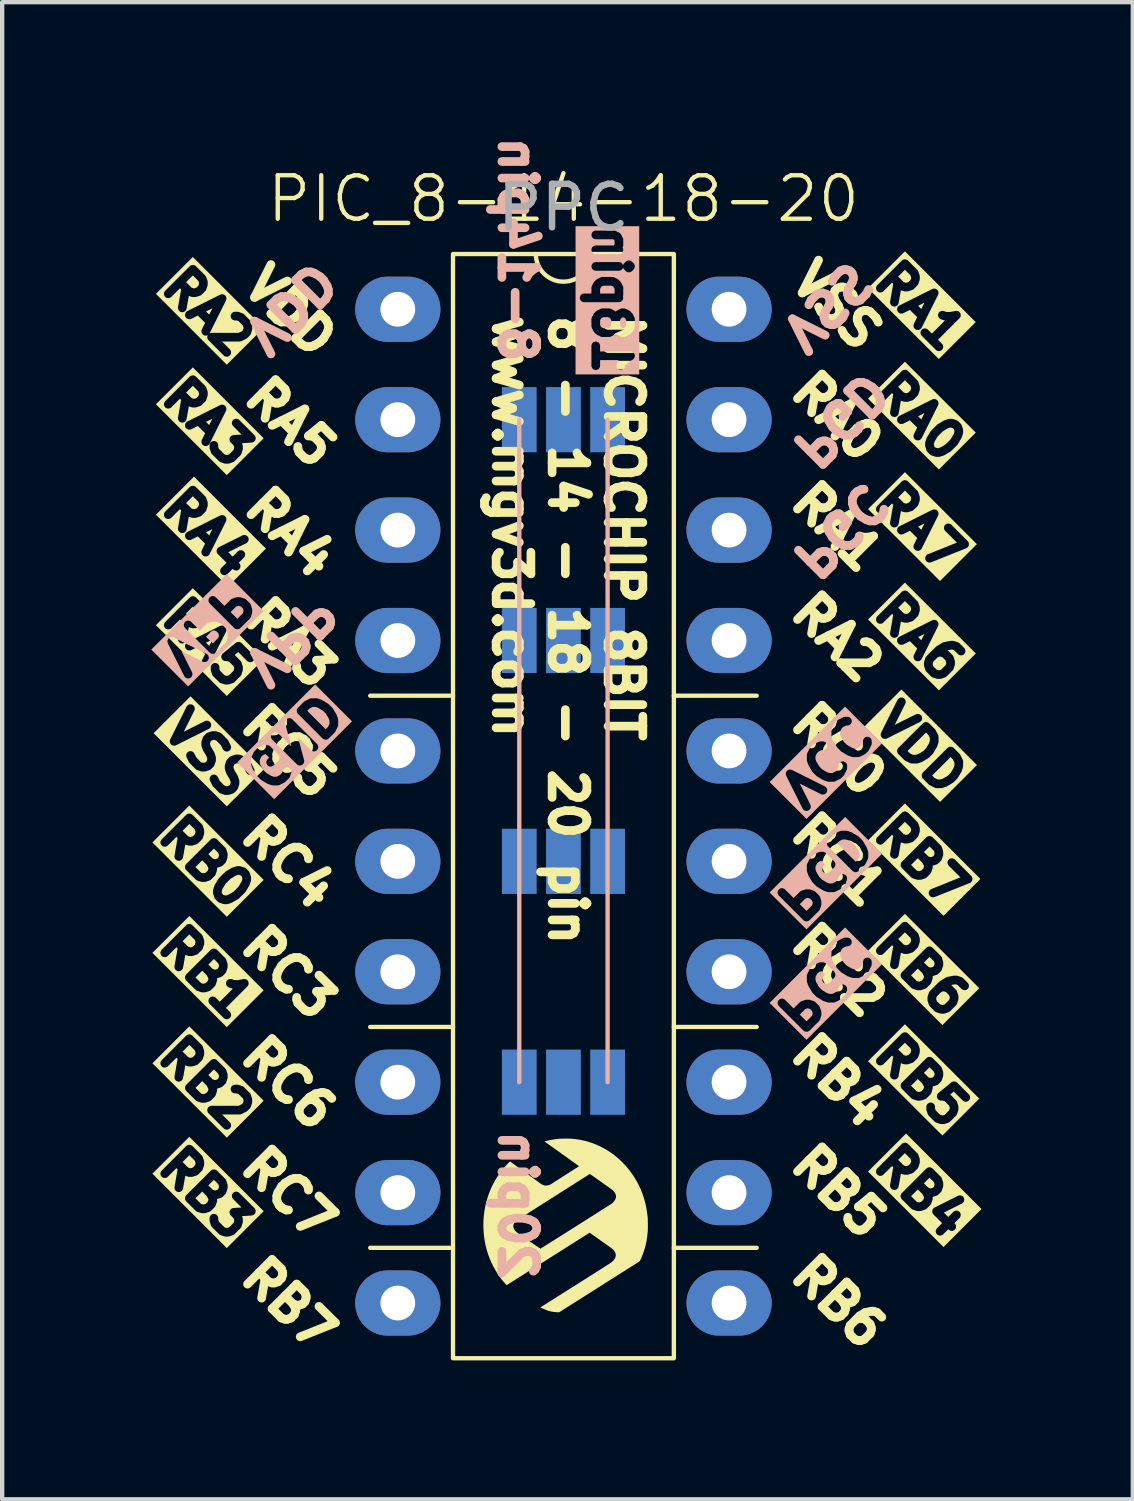
<source format=kicad_pcb>
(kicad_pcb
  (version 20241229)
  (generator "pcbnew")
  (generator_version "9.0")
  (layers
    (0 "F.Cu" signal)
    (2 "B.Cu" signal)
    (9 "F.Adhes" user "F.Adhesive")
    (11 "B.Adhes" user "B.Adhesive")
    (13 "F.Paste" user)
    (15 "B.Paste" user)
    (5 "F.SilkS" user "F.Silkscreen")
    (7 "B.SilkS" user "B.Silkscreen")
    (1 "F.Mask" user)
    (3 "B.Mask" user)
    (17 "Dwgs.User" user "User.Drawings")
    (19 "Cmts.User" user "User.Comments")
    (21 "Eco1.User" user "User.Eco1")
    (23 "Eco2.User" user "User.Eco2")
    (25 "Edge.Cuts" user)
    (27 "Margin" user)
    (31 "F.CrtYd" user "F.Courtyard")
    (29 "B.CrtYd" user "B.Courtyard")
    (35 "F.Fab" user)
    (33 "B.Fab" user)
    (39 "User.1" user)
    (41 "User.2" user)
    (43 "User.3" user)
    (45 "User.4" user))
  (footprint "PIC_8-14-18-20"
    (layer "F.Cu")
    (at 9.911 14.224)
    (property "Reference" "PIC_8-14-18-20" (at 0 -12.7 0) (unlocked yes) (layer "F.SilkS") (effects (font (size 1 1) (thickness 0.1))))
    (attr smd)
    (fp_line (start -2.54 -1.27) (end -4.445 -1.27) (stroke (width 0.1) (type default)) (layer "F.SilkS"))
    (fp_line (start -2.54 6.35) (end -4.445 6.35) (stroke (width 0.1) (type default)) (layer "F.SilkS"))
    (fp_line (start -2.54 11.43) (end -4.445 11.43) (stroke (width 0.1) (type default)) (layer "F.SilkS"))
    (fp_line (start 2.54 -1.27) (end 4.445 -1.27) (stroke (width 0.1) (type default)) (layer "F.SilkS"))
    (fp_line (start 2.54 6.35) (end 4.445 6.35) (stroke (width 0.1) (type default)) (layer "F.SilkS"))
    (fp_line (start 2.54 11.43) (end 4.445 11.43) (stroke (width 0.1) (type default)) (layer "F.SilkS"))
    (fp_rect (start -2.54 -11.43) (end 2.54 13.97) (stroke (width 0.1) (type default)) (fill no) (layer "F.SilkS"))
    (fp_arc (start 0.635 -11.43) (mid 0 -10.795) (end -0.635 -11.43) (stroke (width 0.1) (type default)) (layer "F.SilkS"))
    (fp_poly (pts (xy 1.942 10.957) (xy 1.941 10.98) (xy 1.941 11.001) (xy 1.941 11.02) (xy 1.94 11.037) (xy 1.939 11.053) (xy 1.938 11.069) (xy 1.936 11.087) (xy 1.934 11.105) (xy 1.932 11.126) (xy 1.931 11.133) (xy 1.927 11.167) (xy 1.922 11.203) (xy 1.916 11.241) (xy 1.91 11.278) (xy 1.902 11.315) (xy 1.895 11.35) (xy 1.888 11.38) (xy 1.887 11.383) (xy 1.883 11.397) (xy 1.878 11.415) (xy 1.872 11.436) (xy 1.866 11.458) (xy 1.859 11.479) (xy 1.853 11.499) (xy 1.847 11.517) (xy 1.844 11.525) (xy 1.839 11.541) (xy 1.832 11.559) (xy 1.825 11.579) (xy 1.816 11.599) (xy 1.808 11.62) (xy 1.799 11.641) (xy 1.791 11.662) (xy 1.783 11.681) (xy 1.775 11.698) (xy 1.768 11.713) (xy 1.763 11.725) (xy 1.758 11.733) (xy 1.755 11.738) (xy 1.755 11.738) (xy 1.752 11.74) (xy 1.746 11.744) (xy 1.736 11.751) (xy 1.724 11.759) (xy 1.709 11.768) (xy 1.693 11.778) (xy 1.689 11.781) (xy 1.678 11.788) (xy 1.666 11.795) (xy 1.653 11.803) (xy 1.64 11.812) (xy 1.625 11.821) (xy 1.61 11.831) (xy 1.592 11.842) (xy 1.573 11.854) (xy 1.552 11.868) (xy 1.528 11.882) (xy 1.502 11.899) (xy 1.473 11.917) (xy 1.442 11.937) (xy 1.407 11.959) (xy 1.368 11.984) (xy 1.326 12.01) (xy 1.28 12.04) (xy 1.251 12.058) (xy 1.223 12.076) (xy 1.194 12.094) (xy 1.166 12.111) (xy 1.14 12.128) (xy 1.114 12.145) (xy 1.091 12.159) (xy 1.07 12.173) (xy 1.051 12.184) (xy 1.037 12.194) (xy 1.025 12.201) (xy 1.023 12.202) (xy 1.009 12.211) (xy 0.992 12.222) (xy 0.972 12.235) (xy 0.95 12.248) (xy 0.928 12.263) (xy 0.905 12.277) (xy 0.883 12.291) (xy 0.883 12.291) (xy 0.839 12.319) (xy 0.799 12.344) (xy 0.763 12.367) (xy 0.73 12.388) (xy 0.7 12.407) (xy 0.673 12.424) (xy 0.648 12.44) (xy 0.625 12.455) (xy 0.603 12.468) (xy 0.583 12.481) (xy 0.564 12.493) (xy 0.546 12.505) (xy 0.528 12.516) (xy 0.509 12.528) (xy 0.491 12.539) (xy 0.476 12.549) (xy 0.453 12.563) (xy 0.43 12.578) (xy 0.408 12.592) (xy 0.386 12.606) (xy 0.367 12.618) (xy 0.349 12.629) (xy 0.335 12.638) (xy 0.325 12.645) (xy 0.309 12.655) (xy 0.291 12.666) (xy 0.273 12.677) (xy 0.258 12.687) (xy 0.249 12.693) (xy 0.233 12.703) (xy 0.215 12.714) (xy 0.195 12.727) (xy 0.172 12.741) (xy 0.149 12.756) (xy 0.125 12.771) (xy 0.1 12.787) (xy 0.075 12.802) (xy 0.051 12.818) (xy 0.028 12.833) (xy 0.005 12.847) (xy -0.016 12.86) (xy -0.034 12.872) (xy -0.05 12.882) (xy -0.064 12.891) (xy -0.074 12.897) (xy -0.08 12.901) (xy -0.081 12.902) (xy -0.099 12.914) (xy -0.138 12.912) (xy -0.19 12.908) (xy -0.238 12.903) (xy -0.282 12.895) (xy -0.322 12.886) (xy -0.331 12.883) (xy -0.346 12.879) (xy -0.36 12.874) (xy -0.376 12.868) (xy -0.394 12.861) (xy -0.414 12.853) (xy -0.437 12.843) (xy -0.464 12.832) (xy -0.464 12.831) (xy -0.481 12.824) (xy -0.496 12.817) (xy -0.509 12.812) (xy -0.52 12.807) (xy -0.527 12.804) (xy -0.531 12.803) (xy -0.53 12.802) (xy -0.526 12.798) (xy -0.518 12.792) (xy -0.507 12.785) (xy -0.5 12.781) (xy -0.492 12.776) (xy -0.483 12.77) (xy -0.471 12.762) (xy -0.457 12.754) (xy -0.441 12.744) (xy -0.422 12.732) (xy -0.401 12.719) (xy -0.378 12.704) (xy -0.351 12.687) (xy -0.322 12.669) (xy -0.29 12.648) (xy -0.254 12.626) (xy -0.216 12.602) (xy -0.174 12.575) (xy -0.128 12.546) (xy -0.079 12.515) (xy -0.026 12.482) (xy 0.03 12.446) (xy 0.091 12.408) (xy 0.155 12.367) (xy 0.198 12.34) (xy 0.273 12.293) (xy 0.344 12.248) (xy 0.411 12.206) (xy 0.474 12.166) (xy 0.533 12.129) (xy 0.588 12.094) (xy 0.64 12.061) (xy 0.688 12.031) (xy 0.733 12.002) (xy 0.775 11.976) (xy 0.813 11.951) (xy 0.849 11.929) (xy 0.882 11.908) (xy 0.912 11.889) (xy 0.939 11.872) (xy 0.964 11.856) (xy 0.986 11.841) (xy 1.006 11.829) (xy 1.024 11.817) (xy 1.04 11.807) (xy 1.054 11.798) (xy 1.066 11.79) (xy 1.076 11.783) (xy 1.085 11.777) (xy 1.092 11.772) (xy 1.098 11.768) (xy 1.103 11.765) (xy 1.106 11.762) (xy 1.107 11.762) (xy 1.122 11.749) (xy 1.136 11.736) (xy 1.15 11.721) (xy 1.162 11.708) (xy 1.168 11.7) (xy 1.179 11.684) (xy 1.188 11.665) (xy 1.196 11.646) (xy 1.201 11.629) (xy 1.201 11.628) (xy 1.204 11.603) (xy 1.202 11.578) (xy 1.196 11.552) (xy 1.184 11.526) (xy 1.168 11.501) (xy 1.147 11.476) (xy 1.123 11.454) (xy 1.117 11.448) (xy 1.106 11.44) (xy 1.093 11.43) (xy 1.078 11.419) (xy 1.061 11.407) (xy 1.044 11.394) (xy 1.036 11.389) (xy 0.998 11.362) (xy 0.96 11.335) (xy 0.919 11.306) (xy 0.877 11.277) (xy 0.833 11.245) (xy 0.786 11.212) (xy 0.736 11.176) (xy 0.682 11.138) (xy 0.603 11.082) (xy 0.423 11.196) (xy 0.392 11.215) (xy 0.36 11.235) (xy 0.328 11.256) (xy 0.295 11.276) (xy 0.264 11.297) (xy 0.233 11.316) (xy 0.204 11.334) (xy 0.178 11.351) (xy 0.155 11.365) (xy 0.136 11.377) (xy 0.113 11.392) (xy 0.086 11.409) (xy 0.056 11.428) (xy 0.025 11.447) (xy -0.006 11.467) (xy -0.037 11.487) (xy -0.067 11.506) (xy -0.095 11.523) (xy -0.096 11.524) (xy -0.124 11.542) (xy -0.155 11.561) (xy -0.188 11.582) (xy -0.222 11.604) (xy -0.255 11.625) (xy -0.288 11.645) (xy -0.318 11.664) (xy -0.343 11.68) (xy -0.367 11.696) (xy -0.395 11.713) (xy -0.426 11.733) (xy -0.458 11.753) (xy -0.492 11.774) (xy -0.525 11.795) (xy -0.558 11.816) (xy -0.589 11.836) (xy -0.612 11.85) (xy -0.64 11.868) (xy -0.669 11.886) (xy -0.698 11.905) (xy -0.727 11.923) (xy -0.755 11.941) (xy -0.782 11.958) (xy -0.806 11.973) (xy -0.827 11.986) (xy -0.845 11.998) (xy -0.846 11.998) (xy -0.869 12.013) (xy -0.894 12.029) (xy -0.922 12.046) (xy -0.95 12.064) (xy -0.978 12.082) (xy -1.004 12.098) (xy -1.022 12.109) (xy -1.046 12.125) (xy -1.073 12.142) (xy -1.102 12.16) (xy -1.132 12.179) (xy -1.161 12.197) (xy -1.187 12.214) (xy -1.205 12.225) (xy -1.225 12.238) (xy -1.243 12.249) (xy -1.26 12.26) (xy -1.274 12.269) (xy -1.286 12.277) (xy -1.295 12.282) (xy -1.3 12.286) (xy -1.301 12.287) (xy -1.305 12.29) (xy -1.307 12.29) (xy -1.309 12.288) (xy -1.314 12.283) (xy -1.321 12.275) (xy -1.33 12.265) (xy -1.341 12.253) (xy -1.352 12.24) (xy -1.364 12.227) (xy -1.375 12.214) (xy -1.386 12.201) (xy -1.395 12.189) (xy -1.402 12.182) (xy -1.463 12.101) (xy -1.52 12.018) (xy -1.572 11.933) (xy -1.62 11.845) (xy -1.663 11.756) (xy -1.702 11.664) (xy -1.736 11.57) (xy -1.765 11.475) (xy -1.79 11.378) (xy -1.81 11.279) (xy -1.825 11.179) (xy -1.826 11.174) (xy -1.834 11.092) (xy -1.84 11.008) (xy -1.842 10.924) (xy -1.841 10.841) (xy -1.84 10.802) (xy -1.832 10.701) (xy -1.82 10.601) (xy -1.803 10.502) (xy -1.782 10.404) (xy -1.755 10.307) (xy -1.725 10.212) (xy -1.69 10.12) (xy -1.667 10.065) (xy -1.625 9.976) (xy -1.579 9.891) (xy -1.529 9.808) (xy -1.474 9.727) (xy -1.446 9.688) (xy -1.411 9.642) (xy -1.373 9.596) (xy -1.335 9.552) (xy -1.296 9.51) (xy -1.258 9.471) (xy -1.245 9.459) (xy -1.228 9.443) (xy -1.209 9.458) (xy -1.2 9.464) (xy -1.188 9.473) (xy -1.174 9.483) (xy -1.16 9.493) (xy -1.152 9.499) (xy -1.139 9.509) (xy -1.123 9.52) (xy -1.105 9.533) (xy -1.087 9.546) (xy -1.069 9.559) (xy -1.065 9.562) (xy -1.023 9.593) (xy -0.984 9.62) (xy -0.95 9.645) (xy -0.919 9.668) (xy -0.891 9.688) (xy -0.866 9.706) (xy -0.844 9.722) (xy -0.824 9.736) (xy -0.807 9.749) (xy -0.792 9.759) (xy -0.779 9.769) (xy -0.768 9.777) (xy -0.759 9.784) (xy -0.75 9.79) (xy -0.743 9.795) (xy -0.737 9.799) (xy -0.724 9.809) (xy -0.708 9.821) (xy -0.69 9.834) (xy -0.672 9.847) (xy -0.655 9.859) (xy -0.651 9.861) (xy -0.621 9.883) (xy -0.595 9.902) (xy -0.572 9.919) (xy -0.552 9.933) (xy -0.536 9.945) (xy -0.523 9.954) (xy -0.512 9.962) (xy -0.503 9.968) (xy -0.497 9.972) (xy -0.493 9.974) (xy -0.492 9.975) (xy -0.479 9.981) (xy -0.462 9.987) (xy -0.445 9.993) (xy -0.427 9.996) (xy -0.424 9.997) (xy -0.399 9.998) (xy -0.373 9.996) (xy -0.345 9.99) (xy -0.317 9.981) (xy -0.289 9.968) (xy -0.263 9.953) (xy -0.252 9.945) (xy -0.249 9.943) (xy -0.245 9.94) (xy -0.239 9.936) (xy -0.232 9.931) (xy -0.223 9.925) (xy -0.212 9.918) (xy -0.199 9.91) (xy -0.184 9.9) (xy -0.166 9.889) (xy -0.146 9.876) (xy -0.124 9.861) (xy -0.098 9.845) (xy -0.069 9.827) (xy -0.038 9.806) (xy -0.003 9.784) (xy 0.036 9.76) (xy 0.077 9.733) (xy 0.123 9.704) (xy 0.173 9.672) (xy 0.226 9.638) (xy 0.258 9.618) (xy 0.278 9.605) (xy 0.297 9.593) (xy 0.315 9.582) (xy 0.329 9.572) (xy 0.342 9.564) (xy 0.351 9.557) (xy 0.357 9.553) (xy 0.359 9.552) (xy 0.359 9.552) (xy 0.356 9.55) (xy 0.351 9.545) (xy 0.342 9.539) (xy 0.331 9.531) (xy 0.318 9.522) (xy 0.314 9.519) (xy 0.298 9.507) (xy 0.279 9.494) (xy 0.259 9.48) (xy 0.24 9.466) (xy 0.223 9.453) (xy 0.222 9.453) (xy 0.214 9.447) (xy 0.202 9.438) (xy 0.187 9.428) (xy 0.168 9.415) (xy 0.148 9.4) (xy 0.125 9.383) (xy 0.1 9.366) (xy 0.073 9.346) (xy 0.044 9.326) (xy 0.015 9.305) (xy -0.016 9.283) (xy -0.047 9.261) (xy -0.079 9.238) (xy -0.111 9.215) (xy -0.143 9.192) (xy -0.175 9.17) (xy -0.206 9.148) (xy -0.236 9.126) (xy -0.265 9.105) (xy -0.293 9.086) (xy -0.318 9.067) (xy -0.342 9.05) (xy -0.364 9.035) (xy -0.383 9.022) (xy -0.399 9.01) (xy -0.412 9.001) (xy -0.422 8.994) (xy -0.428 8.989) (xy -0.431 8.987) (xy -0.433 8.986) (xy -0.433 8.984) (xy -0.431 8.983) (xy -0.426 8.981) (xy -0.417 8.978) (xy -0.407 8.976) (xy -0.347 8.961) (xy -0.288 8.949) (xy -0.228 8.938) (xy -0.166 8.929) (xy -0.11 8.923) (xy -0.092 8.922) (xy -0.07 8.92) (xy -0.045 8.919) (xy -0.017 8.919) (xy 0.012 8.918) (xy 0.043 8.918) (xy 0.073 8.918) (xy 0.103 8.918) (xy 0.131 8.918) (xy 0.156 8.919) (xy 0.178 8.919) (xy 0.196 8.921) (xy 0.292 8.931) (xy 0.387 8.946) (xy 0.48 8.966) (xy 0.571 8.99) (xy 0.605 9.002) (xy 0.605 9.733) (xy 0.604 9.733) (xy 0.601 9.735) (xy 0.593 9.74) (xy 0.583 9.746) (xy 0.571 9.754) (xy 0.556 9.763) (xy 0.542 9.772) (xy 0.525 9.783) (xy 0.505 9.796) (xy 0.482 9.81) (xy 0.457 9.826) (xy 0.431 9.842) (xy 0.403 9.86) (xy 0.374 9.878) (xy 0.345 9.897) (xy 0.315 9.916) (xy 0.285 9.935) (xy 0.256 9.953) (xy 0.228 9.971) (xy 0.202 9.988) (xy 0.176 10.004) (xy 0.153 10.019) (xy 0.133 10.032) (xy 0.115 10.043) (xy 0.1 10.052) (xy 0.089 10.06) (xy 0.082 10.064) (xy 0.074 10.069) (xy 0.062 10.077) (xy 0.046 10.086) (xy 0.028 10.098) (xy 0.007 10.111) (xy -0.016 10.126) (xy -0.041 10.142) (xy -0.067 10.158) (xy -0.093 10.175) (xy -0.119 10.192) (xy -0.149 10.211) (xy -0.181 10.231) (xy -0.214 10.252) (xy -0.247 10.273) (xy -0.28 10.294) (xy -0.311 10.314) (xy -0.341 10.332) (xy -0.368 10.35) (xy -0.392 10.365) (xy -0.4 10.37) (xy -0.426 10.387) (xy -0.456 10.405) (xy -0.488 10.426) (xy -0.521 10.447) (xy -0.554 10.468) (xy -0.586 10.488) (xy -0.616 10.507) (xy -0.639 10.521) (xy -0.664 10.538) (xy -0.691 10.555) (xy -0.718 10.572) (xy -0.745 10.589) (xy -0.77 10.605) (xy -0.794 10.62) (xy -0.815 10.634) (xy -0.833 10.645) (xy -0.836 10.647) (xy -0.856 10.659) (xy -0.877 10.673) (xy -0.898 10.686) (xy -0.918 10.699) (xy -0.936 10.71) (xy -0.951 10.72) (xy -0.956 10.723) (xy -0.971 10.732) (xy -0.986 10.742) (xy -1 10.75) (xy -1.011 10.758) (xy -1.02 10.763) (xy -1.021 10.763) (xy -1.052 10.783) (xy -1.079 10.804) (xy -1.102 10.826) (xy -1.121 10.847) (xy -1.136 10.87) (xy -1.138 10.873) (xy -1.146 10.895) (xy -1.152 10.919) (xy -1.154 10.934) (xy -1.154 10.939) (xy -1.153 10.947) (xy -1.152 10.955) (xy -1.146 10.978) (xy -1.135 11.002) (xy -1.119 11.025) (xy -1.1 11.048) (xy -1.076 11.071) (xy -1.049 11.093) (xy -1.036 11.102) (xy -1.03 11.106) (xy -1.022 11.112) (xy -1.009 11.12) (xy -0.994 11.131) (xy -0.977 11.143) (xy -0.958 11.156) (xy -0.937 11.17) (xy -0.916 11.185) (xy -0.907 11.191) (xy -0.857 11.226) (xy -0.812 11.257) (xy -0.771 11.286) (xy -0.733 11.312) (xy -0.699 11.335) (xy -0.668 11.356) (xy -0.641 11.375) (xy -0.617 11.391) (xy -0.597 11.405) (xy -0.579 11.417) (xy -0.564 11.427) (xy -0.552 11.435) (xy -0.543 11.441) (xy -0.536 11.446) (xy -0.532 11.448) (xy -0.53 11.449) (xy -0.53 11.449) (xy -0.527 11.448) (xy -0.52 11.444) (xy -0.51 11.438) (xy -0.497 11.43) (xy -0.482 11.421) (xy -0.465 11.41) (xy -0.446 11.398) (xy -0.433 11.39) (xy -0.409 11.375) (xy -0.383 11.359) (xy -0.355 11.341) (xy -0.328 11.324) (xy -0.302 11.307) (xy -0.277 11.292) (xy -0.258 11.28) (xy -0.154 11.214) (xy -0.053 11.151) (xy 0.043 11.09) (xy 0.135 11.032) (xy 0.222 10.977) (xy 0.306 10.924) (xy 0.385 10.874) (xy 0.46 10.827) (xy 0.531 10.782) (xy 0.597 10.74) (xy 0.66 10.701) (xy 0.718 10.664) (xy 0.772 10.629) (xy 0.822 10.598) (xy 0.868 10.568) (xy 0.91 10.542) (xy 0.948 10.518) (xy 0.981 10.496) (xy 1.011 10.477) (xy 1.037 10.461) (xy 1.058 10.447) (xy 1.076 10.436) (xy 1.089 10.427) (xy 1.099 10.421) (xy 1.104 10.417) (xy 1.105 10.417) (xy 1.125 10.4) (xy 1.145 10.381) (xy 1.163 10.361) (xy 1.178 10.341) (xy 1.19 10.322) (xy 1.191 10.32) (xy 1.202 10.293) (xy 1.208 10.267) (xy 1.209 10.241) (xy 1.205 10.215) (xy 1.197 10.189) (xy 1.183 10.163) (xy 1.166 10.14) (xy 1.159 10.131) (xy 1.152 10.123) (xy 1.145 10.116) (xy 1.137 10.108) (xy 1.128 10.1) (xy 1.117 10.092) (xy 1.104 10.082) (xy 1.089 10.071) (xy 1.07 10.057) (xy 1.048 10.041) (xy 1.042 10.037) (xy 1.026 10.026) (xy 1.007 10.013) (xy 0.985 9.997) (xy 0.96 9.98) (xy 0.933 9.961) (xy 0.905 9.941) (xy 0.876 9.92) (xy 0.847 9.899) (xy 0.817 9.878) (xy 0.788 9.858) (xy 0.76 9.838) (xy 0.734 9.82) (xy 0.711 9.803) (xy 0.689 9.788) (xy 0.68 9.781) (xy 0.661 9.767) (xy 0.645 9.757) (xy 0.633 9.748) (xy 0.624 9.742) (xy 0.617 9.737) (xy 0.611 9.735) (xy 0.608 9.733) (xy 0.605 9.733) (xy 0.605 9.002) (xy 0.661 9.02) (xy 0.75 9.054) (xy 0.837 9.093) (xy 0.923 9.137) (xy 0.988 9.174) (xy 1.067 9.224) (xy 1.145 9.279) (xy 1.22 9.338) (xy 1.292 9.401) (xy 1.361 9.468) (xy 1.428 9.538) (xy 1.491 9.612) (xy 1.55 9.689) (xy 1.606 9.769) (xy 1.632 9.809) (xy 1.684 9.896) (xy 1.731 9.984) (xy 1.773 10.075) (xy 1.81 10.167) (xy 1.844 10.262) (xy 1.872 10.359) (xy 1.896 10.458) (xy 1.915 10.559) (xy 1.93 10.663) (xy 1.936 10.712) (xy 1.937 10.726) (xy 1.938 10.739) (xy 1.939 10.751) (xy 1.94 10.764) (xy 1.94 10.778) (xy 1.941 10.793) (xy 1.941 10.81) (xy 1.941 10.831) (xy 1.942 10.854) (xy 1.942 10.882) (xy 1.942 10.898) (xy 1.942 10.93)) (stroke (width 0) (type solid)) (fill yes) (layer "F.SilkS"))
    (fp_line (start -1.016 -7.62) (end -1.016 7.62) (stroke (width 0.1) (type default)) (layer "B.SilkS"))
    (fp_line (start 1.016 -7.62) (end 1.016 7.62) (stroke (width 0.1) (type default)) (layer "B.SilkS"))
    (fp_text user "RA0" (at 5.08 -8.255 315) (unlocked yes) (layer "F.SilkS") (effects (font (size 0.8 0.8) (thickness 0.2) (bold yes)) (justify left bottom)))
    (fp_text user "RB5" (at 6.985 6.985 315) (unlocked yes) (layer "F.SilkS" knockout) (effects (font (size 0.8 0.8) (thickness 0.2) (bold yes)) (justify left bottom)))
    (fp_text user "RB4" (at 5.08 6.985 315) (unlocked yes) (layer "F.SilkS") (effects (font (size 0.8 0.8) (thickness 0.2) (bold yes)) (justify left bottom)))
    (fp_text user "RA4" (at -7.62 -3.81 315) (unlocked yes) (layer "F.SilkS" knockout) (effects (font (size 0.8 0.8) (thickness 0.2) (bold yes)) (justify right bottom)))
    (fp_text user "RB6" (at 5.08 12.065 315) (unlocked yes) (layer "F.SilkS") (effects (font (size 0.8 0.8) (thickness 0.2) (bold yes)) (justify left bottom)))
    (fp_text user "RA0" (at 6.985 -8.255 315) (unlocked yes) (layer "F.SilkS" knockout) (effects (font (size 0.8 0.8) (thickness 0.2) (bold yes)) (justify left bottom)))
    (fp_text user "RB5" (at 5.08 9.525 315) (unlocked yes) (layer "F.SilkS") (effects (font (size 0.8 0.8) (thickness 0.2) (bold yes)) (justify left bottom)))
    (fp_text user "RB1" (at -7.62 6.35 315) (unlocked yes) (layer "F.SilkS" knockout) (effects (font (size 0.8 0.8) (thickness 0.2) (bold yes)) (justify right bottom)))
    (fp_text user "RB0" (at -7.62 3.81 315) (unlocked yes) (layer "F.SilkS" knockout) (effects (font (size 0.8 0.8) (thickness 0.2) (bold yes)) (justify right bottom)))
    (fp_text user "RA1" (at 5.08 -5.715 315) (unlocked yes) (layer "F.SilkS") (effects (font (size 0.8 0.8) (thickness 0.2) (bold yes)) (justify left bottom)))
    (fp_text user "VSS" (at 5.08 -10.795 315) (unlocked yes) (layer "F.SilkS") (effects (font (size 0.8 0.8) (thickness 0.2) (bold yes)) (justify left bottom)))
    (fp_text user "RC1" (at 5.08 1.905 315) (unlocked yes) (layer "F.SilkS") (effects (font (size 0.8 0.8) (thickness 0.2) (bold yes)) (justify left bottom)))
    (fp_text user "RA7" (at 6.985 -5.715 315) (unlocked yes) (layer "F.SilkS" knockout) (effects (font (size 0.8 0.8) (thickness 0.2) (bold yes)) (justify left bottom)))
    (fp_text user "RC3" (at -5.715 6.35 315) (unlocked yes) (layer "F.SilkS") (effects (font (size 0.8 0.8) (thickness 0.2) (bold yes)) (justify right bottom)))
    (fp_text user "RA5" (at -5.715 -6.35 315) (unlocked yes) (layer "F.SilkS") (effects (font (size 0.8 0.8) (thickness 0.2) (bold yes)) (justify right bottom)))
    (fp_text user "RA1" (at 6.985 -10.795 315) (unlocked yes) (layer "F.SilkS" knockout) (effects (font (size 0.8 0.8) (thickness 0.2) (bold yes)) (justify left bottom)))
    (fp_text user "RB7" (at -5.715 13.97 315) (unlocked yes) (layer "F.SilkS") (effects (font (size 0.8 0.8) (thickness 0.2) (bold yes)) (justify right bottom)))
    (fp_text user "RA3" (at -7.62 -6.35 315) (unlocked yes) (layer "F.SilkS" knockout) (effects (font (size 0.8 0.8) (thickness 0.2) (bold yes)) (justify right bottom)))
    (fp_text user "RA6" (at 6.985 -3.175 315) (unlocked yes) (layer "F.SilkS" knockout) (effects (font (size 0.8 0.8) (thickness 0.2) (bold yes)) (justify left bottom)))
    (fp_text user "RC6" (at -5.715 8.89 315) (unlocked yes) (layer "F.SilkS") (effects (font (size 0.8 0.8) (thickness 0.2) (bold yes)) (justify right bottom)))
    (fp_text user "VSS" (at -7.62 1.27 315) (unlocked yes) (layer "F.SilkS" knockout) (effects (font (size 0.8 0.8) (thickness 0.2) (bold yes)) (justify right bottom)))
    (fp_text user "RB3" (at -7.62 11.43 315) (unlocked yes) (layer "F.SilkS" knockout) (effects (font (size 0.8 0.8) (thickness 0.2) (bold yes)) (justify right bottom)))
    (fp_text user "VDD" (at -5.715 -8.89 315) (unlocked yes) (layer "F.SilkS") (effects (font (size 0.8 0.8) (thickness 0.2) (bold yes)) (justify right bottom)))
    (fp_text user "RC5" (at -5.715 1.27 315) (unlocked yes) (layer "F.SilkS") (effects (font (size 0.8 0.8) (thickness 0.2) (bold yes)) (justify right bottom)))
    (fp_text user "RB2" (at -7.62 8.89 315) (unlocked yes) (layer "F.SilkS" knockout) (effects (font (size 0.8 0.8) (thickness 0.2) (bold yes)) (justify right bottom)))
    (fp_text user "RB6" (at 6.985 4.445 315) (unlocked yes) (layer "F.SilkS" knockout) (effects (font (size 0.8 0.8) (thickness 0.2) (bold yes)) (justify left bottom)))
    (fp_text user "RA2" (at 5.08 -3.175 315) (unlocked yes) (layer "F.SilkS") (effects (font (size 0.8 0.8) (thickness 0.2) (bold yes)) (justify left bottom)))
    (fp_text user "RC4" (at -5.715 3.81 315) (unlocked yes) (layer "F.SilkS") (effects (font (size 0.8 0.8) (thickness 0.2) (bold yes)) (justify right bottom)))
    (fp_text user "VDD" (at 6.985 -0.635 315) (unlocked yes) (layer "F.SilkS" knockout) (effects (font (size 0.8 0.8) (thickness 0.2) (bold yes)) (justify left bottom)))
    (fp_text user "RA2" (at -7.62 -8.89 315) (unlocked yes) (layer "F.SilkS" knockout) (effects (font (size 0.8 0.8) (thickness 0.2) (bold yes)) (justify right bottom)))
    (fp_text user "RA5" (at -7.62 -1.27 315) (unlocked yes) (layer "F.SilkS" knockout) (effects (font (size 0.8 0.8) (thickness 0.2) (bold yes)) (justify right bottom)))
    (fp_text user "RA3" (at -5.715 -1.27 315) (unlocked yes) (layer "F.SilkS") (effects (font (size 0.8 0.8) (thickness 0.2) (bold yes)) (justify right bottom)))
    (fp_text user "RC2" (at 5.08 4.445 315) (unlocked yes) (layer "F.SilkS") (effects (font (size 0.8 0.8) (thickness 0.2) (bold yes)) (justify left bottom)))
    (fp_text user "RC0" (at 5.08 -0.635 315) (unlocked yes) (layer "F.SilkS") (effects (font (size 0.8 0.8) (thickness 0.2) (bold yes)) (justify left bottom)))
    (fp_text user "RB7" (at 6.985 1.905 315) (unlocked yes) (layer "F.SilkS" knockout) (effects (font (size 0.8 0.8) (thickness 0.2) (bold yes)) (justify left bottom)))
    (fp_text user "RA4" (at -5.715 -3.81 315) (unlocked yes) (layer "F.SilkS") (effects (font (size 0.8 0.8) (thickness 0.2) (bold yes)) (justify right bottom)))
    (fp_text user "RB4" (at 6.985 9.525 315) (unlocked yes) (layer "F.SilkS" knockout) (effects (font (size 0.8 0.8) (thickness 0.2) (bold yes)) (justify left bottom)))
    (fp_text user "RC7" (at -5.715 11.43 315) (unlocked yes) (layer "F.SilkS") (effects (font (size 0.8 0.8) (thickness 0.2) (bold yes)) (justify right bottom)))
    (fp_text user "VSS" (at 6.604 -11.43 225) (unlocked yes) (layer "B.SilkS") (effects (font (size 0.8 0.8) (thickness 0.2) (bold yes)) (justify right bottom mirror)))
    (fp_text user "PGC" (at 6.985 -6.35 225) (unlocked yes) (layer "B.SilkS") (effects (font (size 0.8 0.8) (thickness 0.2) (bold yes)) (justify right bottom mirror)))
    (fp_text user "VDD" (at -5.715 -11.43 225) (unlocked yes) (layer "B.SilkS") (effects (font (size 0.8 0.8) (thickness 0.2) (bold yes)) (justify right bottom mirror)))
    (fp_text user "VCC" (at 6.604 -1.016 225) (unlocked yes) (layer "B.SilkS" knockout) (effects (font (size 0.8 0.8) (thickness 0.2) (bold yes)) (justify right bottom mirror)))
    (fp_text user "VPP" (at -5.715 -3.81 225) (unlocked yes) (layer "B.SilkS") (effects (font (size 0.8 0.8) (thickness 0.2) (bold yes)) (justify right bottom mirror)))
    (fp_text user "8-14pin" (at -1.524 -14.224 270) (unlocked yes) (layer "B.SilkS") (effects (font (size 0.8 0.8) (thickness 0.2) (bold yes)) (justify right bottom mirror)))
    (fp_text user "18pin" (at 0.635 -12.192 270) (unlocked yes) (layer "B.SilkS" knockout) (effects (font (size 0.8 0.8) (thickness 0.2) (bold yes)) (justify right bottom mirror)))
    (fp_text user "PGC" (at 6.604 4.064 225) (unlocked yes) (layer "B.SilkS" knockout) (effects (font (size 0.8 0.8) (thickness 0.2) (bold yes)) (justify right bottom mirror)))
    (fp_text user "PGD" (at 6.604 1.524 225) (unlocked yes) (layer "B.SilkS" knockout) (effects (font (size 0.8 0.8) (thickness 0.2) (bold yes)) (justify right bottom mirror)))
    (fp_text user "PGD" (at 6.985 -8.89 225) (unlocked yes) (layer "B.SilkS") (effects (font (size 0.8 0.8) (thickness 0.2) (bold yes)) (justify right bottom mirror)))
    (fp_text user "20pin" (at -1.524 8.636 270) (unlocked yes) (layer "B.SilkS") (effects (font (size 0.8 0.8) (thickness 0.2) (bold yes)) (justify right bottom mirror)))
    (fp_text user "VPP" (at -7.62 -4.064 225) (unlocked yes) (layer "B.SilkS" knockout) (effects (font (size 0.8 0.8) (thickness 0.2) (bold yes)) (justify right bottom mirror)))
    (fp_text user "GND" (at -5.588 -1.524 225) (unlocked yes) (layer "B.SilkS" knockout) (effects (font (size 0.8 0.8) (thickness 0.2) (bold yes)) (justify right bottom mirror)))
    (fp_text user "PPC" (at 0 -12.5 0) (unlocked yes) (layer "F.Fab") (effects (font (size 1 1) (thickness 0.15))))
    (fp_text_box "MICROCHIP 8BIT\n8 - 14 - 18 - 20 pin\nwww.mgv3d.com" (start -0.318 -11.113) (end 2.857 7.303) (margins 1.002 1.002 1.002 1.002) (angle 270) (layer "F.SilkS") (effects (font (size 0.8 0.8) (thickness 0.2) (bold yes)) (justify left top)) (border no) (stroke (width 0) (type solid)))
    (pad "1" thru_hole oval (at -3.81 -10.16) (size 1.96 1.5) (drill 0.8) (layers "*.Cu" "*.Paste" "*.Mask"))
    (pad "1" smd rect (at -1.016 -7.62 180) (size 0.8 1.5) (layers "B.Cu" "B.Mask" "B.Paste"))
    (pad "2" thru_hole oval (at -3.81 -7.62) (size 1.96 1.5) (drill 0.8) (layers "*.Cu" "*.Paste" "*.Mask"))
    (pad "3" thru_hole oval (at -3.81 -5.08) (size 1.96 1.5) (drill 0.8) (layers "*.Cu" "*.Paste" "*.Mask"))
    (pad "4" thru_hole oval (at -3.81 -2.54) (size 1.96 1.5) (drill 0.8) (layers "*.Cu" "*.Paste" "*.Mask"))
    (pad "5" thru_hole oval (at -3.81 0) (size 1.96 1.5) (drill 0.8) (layers "*.Cu" "*.Paste" "*.Mask"))
    (pad "5" smd rect (at 1.016 -2.54 180) (size 0.8 1.5) (layers "B.Cu" "B.Mask" "B.Paste"))
    (pad "6" thru_hole oval (at -3.81 2.54) (size 1.96 1.5) (drill 0.8) (layers "*.Cu" "*.Paste" "*.Mask"))
    (pad "7" thru_hole oval (at -3.81 5.08) (size 1.96 1.5) (drill 0.8) (layers "*.Cu" "*.Paste" "*.Mask"))
    (pad "8" thru_hole oval (at -3.81 7.62) (size 1.96 1.5) (drill 0.8) (layers "*.Cu" "*.Paste" "*.Mask"))
    (pad "9" thru_hole oval (at -3.81 10.16) (size 1.96 1.5) (drill 0.8) (layers "*.Cu" "*.Paste" "*.Mask"))
    (pad "10" thru_hole oval (at -3.81 12.7) (size 1.96 1.5) (drill 0.8) (layers "*.Cu" "*.Paste" "*.Mask"))
    (pad "11" thru_hole oval (at 3.81 12.7) (size 1.96 1.5) (drill 0.8) (layers "*.Cu" "*.Paste" "*.Mask"))
    (pad "12" thru_hole oval (at 3.81 10.16) (size 1.96 1.5) (drill 0.8) (layers "*.Cu" "*.Paste" "*.Mask"))
    (pad "13" thru_hole oval (at 3.81 7.62) (size 1.96 1.5) (drill 0.8) (layers "*.Cu" "*.Paste" "*.Mask"))
    (pad "14" smd rect (at 1.016 7.62 180) (size 0.8 1.5) (layers "B.Cu" "B.Mask" "B.Paste"))
    (pad "14" thru_hole oval (at 3.81 5.08) (size 1.96 1.5) (drill 0.8) (layers "*.Cu" "*.Paste" "*.Mask"))
    (pad "15" smd rect (at 1.016 2.54 180) (size 0.8 1.5) (layers "B.Cu" "B.Mask" "B.Paste"))
    (pad "15" thru_hole oval (at 3.81 2.54) (size 1.96 1.5) (drill 0.8) (layers "*.Cu" "*.Paste" "*.Mask"))
    (pad "16" smd rect (at 1.016 -7.62 180) (size 0.8 1.5) (layers "B.Cu" "B.Mask" "B.Paste"))
    (pad "16" thru_hole oval (at 3.81 0) (size 1.96 1.5) (drill 0.8) (layers "*.Cu" "*.Paste" "*.Mask"))
    (pad "17" thru_hole oval (at 3.81 -2.54) (size 1.96 1.5) (drill 0.8) (layers "*.Cu" "*.Paste" "*.Mask"))
    (pad "18" smd rect (at -1.016 7.62 180) (size 0.8 1.5) (layers "B.Cu" "B.Mask" "B.Paste"))
    (pad "18" thru_hole oval (at 3.81 -5.08) (size 1.96 1.5) (drill 0.8) (layers "*.Cu" "*.Paste" "*.Mask"))
    (pad "19" smd rect (at -1.016 2.54 180) (size 0.8 1.5) (layers "B.Cu" "B.Mask" "B.Paste"))
    (pad "19" thru_hole oval (at 3.81 -7.62) (size 1.96 1.5) (drill 0.8) (layers "*.Cu" "*.Paste" "*.Mask"))
    (pad "20" smd rect (at -1.016 -2.54 180) (size 0.8 1.5) (layers "B.Cu" "B.Mask" "B.Paste"))
    (pad "20" thru_hole oval (at 3.81 -10.16) (size 1.96 1.5) (drill 0.8) (layers "*.Cu" "*.Paste" "*.Mask"))
    (pad "21" smd rect (at 0 -7.62 180) (size 0.8 1.5) (layers "B.Cu" "B.Mask" "B.Paste"))
    (pad "22" smd rect (at 0 -2.54 180) (size 0.8 1.5) (layers "B.Cu" "B.Mask" "B.Paste"))
    (pad "23" smd rect (at 0 2.54 180) (size 0.8 1.5) (layers "B.Cu" "B.Mask" "B.Paste"))
    (pad "24" smd rect (at 0 7.62 180) (size 0.8 1.5) (layers "B.Cu" "B.Mask" "B.Paste")))
  (gr_rect
    (start -3 -3)
    (end 23.009 31.439)
    (stroke (width 0.1) (type default))
    (fill no)
    (layer "Edge.Cuts")))
</source>
